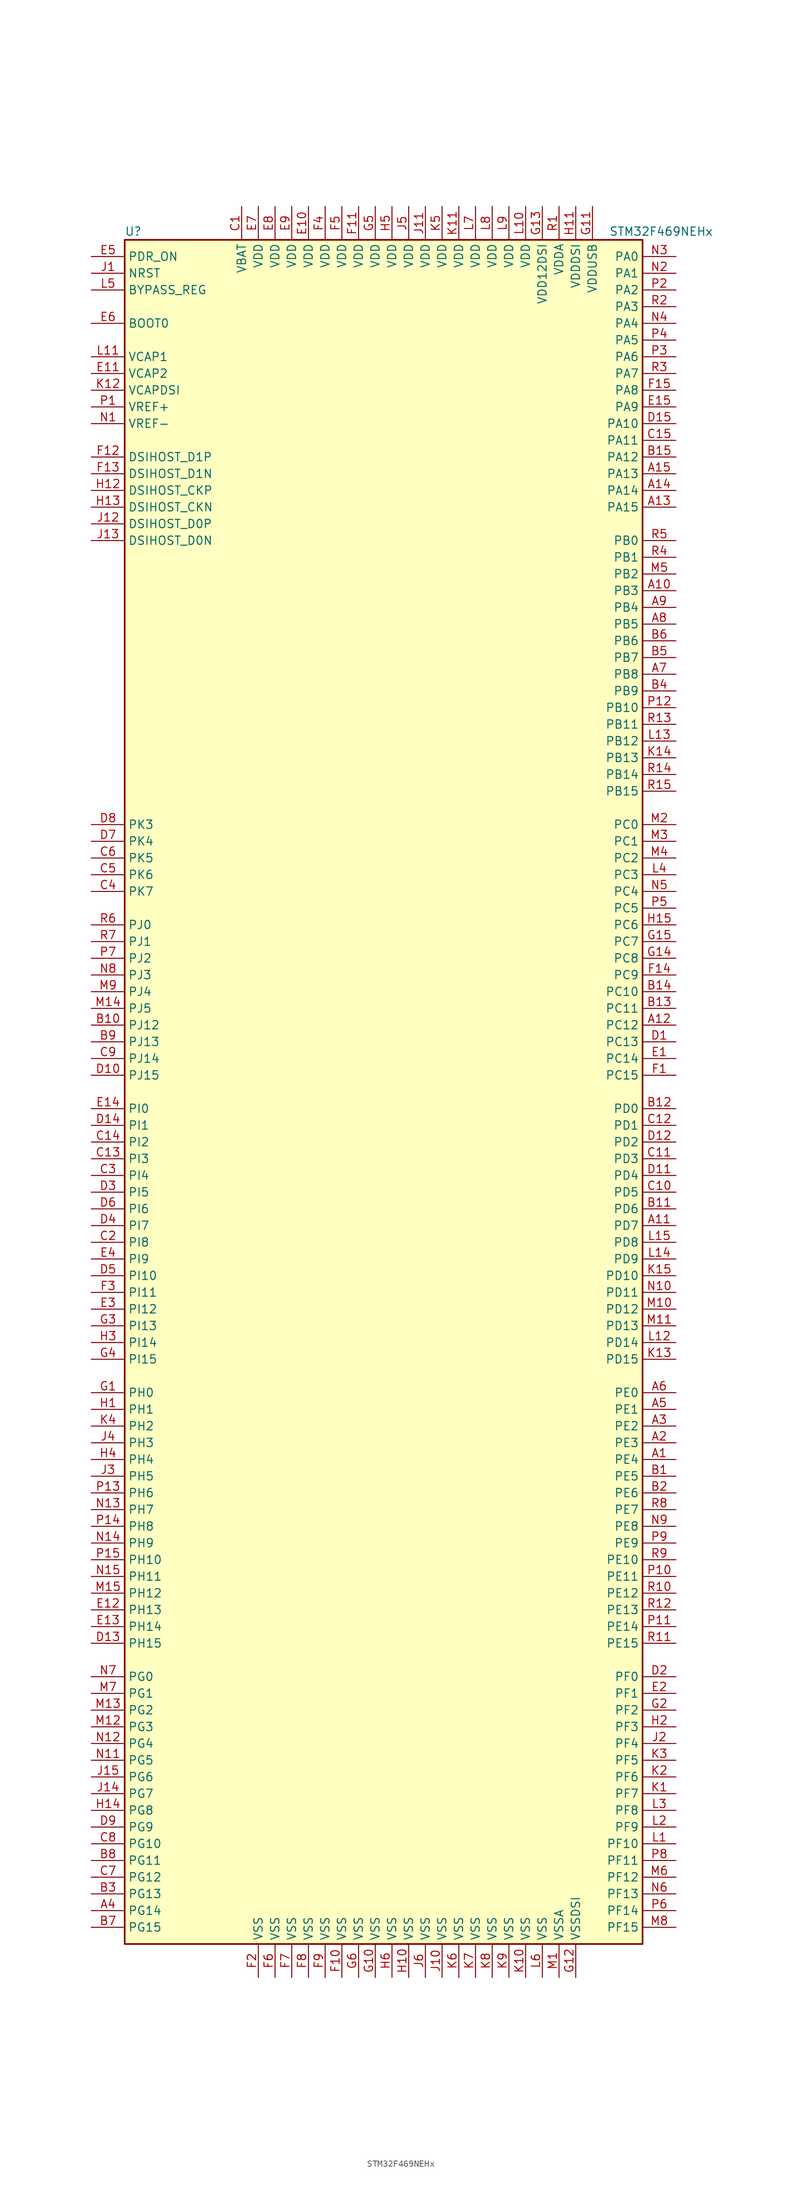
<source format=kicad_sym>
(kicad_symbol_lib
  (version 20220914)
  (generator kicad_symbol_editor)
  (symbol "STM32F469NEHx"
    (property "Reference" "U"
      (at -40.64 130.81 0)
      (effects (font (size 1.27 1.27)) (justify left)))
    (property "Value" "STM32F469NEHx"
      (at 33.02 130.81 0)
      (effects (font (size 1.27 1.27)) (justify left)))
    (symbol "STM32F469NEHx_0_1"
      (rectangle (start -40.64 -129.54) (end 38.1 129.54) (stroke (width 0.254) (type default)) (fill (type background))))
    (symbol "STM32F469NEHx_1_1"
      (pin bidirectional line (at 43.18 -55.88 180) (length 5.08) (name "PE4" (effects (font (size 1.27 1.27)))) (number "A1" (effects (font (size 1.27 1.27)))))
      (pin bidirectional line (at 43.18 76.2 180) (length 5.08) (name "PB3" (effects (font (size 1.27 1.27)))) (number "A10" (effects (font (size 1.27 1.27)))))
      (pin bidirectional line (at 43.18 -20.32 180) (length 5.08) (name "PD7" (effects (font (size 1.27 1.27)))) (number "A11" (effects (font (size 1.27 1.27)))))
      (pin bidirectional line (at 43.18 10.16 180) (length 5.08) (name "PC12" (effects (font (size 1.27 1.27)))) (number "A12" (effects (font (size 1.27 1.27)))))
      (pin bidirectional line (at 43.18 88.9 180) (length 5.08) (name "PA15" (effects (font (size 1.27 1.27)))) (number "A13" (effects (font (size 1.27 1.27)))))
      (pin bidirectional line (at 43.18 91.44 180) (length 5.08) (name "PA14" (effects (font (size 1.27 1.27)))) (number "A14" (effects (font (size 1.27 1.27)))))
      (pin bidirectional line (at 43.18 93.98 180) (length 5.08) (name "PA13" (effects (font (size 1.27 1.27)))) (number "A15" (effects (font (size 1.27 1.27)))))
      (pin bidirectional line (at 43.18 -53.34 180) (length 5.08) (name "PE3" (effects (font (size 1.27 1.27)))) (number "A2" (effects (font (size 1.27 1.27)))))
      (pin bidirectional line (at 43.18 -50.8 180) (length 5.08) (name "PE2" (effects (font (size 1.27 1.27)))) (number "A3" (effects (font (size 1.27 1.27)))))
      (pin bidirectional line (at -45.72 -124.46 0) (length 5.08) (name "PG14" (effects (font (size 1.27 1.27)))) (number "A4" (effects (font (size 1.27 1.27)))))
      (pin bidirectional line (at 43.18 -48.26 180) (length 5.08) (name "PE1" (effects (font (size 1.27 1.27)))) (number "A5" (effects (font (size 1.27 1.27)))))
      (pin bidirectional line (at 43.18 -45.72 180) (length 5.08) (name "PE0" (effects (font (size 1.27 1.27)))) (number "A6" (effects (font (size 1.27 1.27)))))
      (pin bidirectional line (at 43.18 63.5 180) (length 5.08) (name "PB8" (effects (font (size 1.27 1.27)))) (number "A7" (effects (font (size 1.27 1.27)))))
      (pin bidirectional line (at 43.18 71.12 180) (length 5.08) (name "PB5" (effects (font (size 1.27 1.27)))) (number "A8" (effects (font (size 1.27 1.27)))))
      (pin bidirectional line (at 43.18 73.66 180) (length 5.08) (name "PB4" (effects (font (size 1.27 1.27)))) (number "A9" (effects (font (size 1.27 1.27)))))
      (pin bidirectional line (at 43.18 -58.42 180) (length 5.08) (name "PE5" (effects (font (size 1.27 1.27)))) (number "B1" (effects (font (size 1.27 1.27)))))
      (pin bidirectional line (at -45.72 10.16 0) (length 5.08) (name "PJ12" (effects (font (size 1.27 1.27)))) (number "B10" (effects (font (size 1.27 1.27)))))
      (pin bidirectional line (at 43.18 -17.78 180) (length 5.08) (name "PD6" (effects (font (size 1.27 1.27)))) (number "B11" (effects (font (size 1.27 1.27)))))
      (pin bidirectional line (at 43.18 -2.54 180) (length 5.08) (name "PD0" (effects (font (size 1.27 1.27)))) (number "B12" (effects (font (size 1.27 1.27)))))
      (pin bidirectional line (at 43.18 12.7 180) (length 5.08) (name "PC11" (effects (font (size 1.27 1.27)))) (number "B13" (effects (font (size 1.27 1.27)))))
      (pin bidirectional line (at 43.18 15.24 180) (length 5.08) (name "PC10" (effects (font (size 1.27 1.27)))) (number "B14" (effects (font (size 1.27 1.27)))))
      (pin bidirectional line (at 43.18 96.52 180) (length 5.08) (name "PA12" (effects (font (size 1.27 1.27)))) (number "B15" (effects (font (size 1.27 1.27)))))
      (pin bidirectional line (at 43.18 -60.96 180) (length 5.08) (name "PE6" (effects (font (size 1.27 1.27)))) (number "B2" (effects (font (size 1.27 1.27)))))
      (pin bidirectional line (at -45.72 -121.92 0) (length 5.08) (name "PG13" (effects (font (size 1.27 1.27)))) (number "B3" (effects (font (size 1.27 1.27)))))
      (pin bidirectional line (at 43.18 60.96 180) (length 5.08) (name "PB9" (effects (font (size 1.27 1.27)))) (number "B4" (effects (font (size 1.27 1.27)))))
      (pin bidirectional line (at 43.18 66.04 180) (length 5.08) (name "PB7" (effects (font (size 1.27 1.27)))) (number "B5" (effects (font (size 1.27 1.27)))))
      (pin bidirectional line (at 43.18 68.58 180) (length 5.08) (name "PB6" (effects (font (size 1.27 1.27)))) (number "B6" (effects (font (size 1.27 1.27)))))
      (pin bidirectional line (at -45.72 -127 0) (length 5.08) (name "PG15" (effects (font (size 1.27 1.27)))) (number "B7" (effects (font (size 1.27 1.27)))))
      (pin bidirectional line (at -45.72 -116.84 0) (length 5.08) (name "PG11" (effects (font (size 1.27 1.27)))) (number "B8" (effects (font (size 1.27 1.27)))))
      (pin bidirectional line (at -45.72 7.62 0) (length 5.08) (name "PJ13" (effects (font (size 1.27 1.27)))) (number "B9" (effects (font (size 1.27 1.27)))))
      (pin power_in line (at -22.86 134.62 270) (length 5.08) (name "VBAT" (effects (font (size 1.27 1.27)))) (number "C1" (effects (font (size 1.27 1.27)))))
      (pin bidirectional line (at 43.18 -15.24 180) (length 5.08) (name "PD5" (effects (font (size 1.27 1.27)))) (number "C10" (effects (font (size 1.27 1.27)))))
      (pin bidirectional line (at 43.18 -10.16 180) (length 5.08) (name "PD3" (effects (font (size 1.27 1.27)))) (number "C11" (effects (font (size 1.27 1.27)))))
      (pin bidirectional line (at 43.18 -5.08 180) (length 5.08) (name "PD1" (effects (font (size 1.27 1.27)))) (number "C12" (effects (font (size 1.27 1.27)))))
      (pin bidirectional line (at -45.72 -10.16 0) (length 5.08) (name "PI3" (effects (font (size 1.27 1.27)))) (number "C13" (effects (font (size 1.27 1.27)))))
      (pin bidirectional line (at -45.72 -7.62 0) (length 5.08) (name "PI2" (effects (font (size 1.27 1.27)))) (number "C14" (effects (font (size 1.27 1.27)))))
      (pin bidirectional line (at 43.18 99.06 180) (length 5.08) (name "PA11" (effects (font (size 1.27 1.27)))) (number "C15" (effects (font (size 1.27 1.27)))))
      (pin bidirectional line (at -45.72 -22.86 0) (length 5.08) (name "PI8" (effects (font (size 1.27 1.27)))) (number "C2" (effects (font (size 1.27 1.27)))))
      (pin bidirectional line (at -45.72 -12.7 0) (length 5.08) (name "PI4" (effects (font (size 1.27 1.27)))) (number "C3" (effects (font (size 1.27 1.27)))))
      (pin bidirectional line (at -45.72 30.48 0) (length 5.08) (name "PK7" (effects (font (size 1.27 1.27)))) (number "C4" (effects (font (size 1.27 1.27)))))
      (pin bidirectional line (at -45.72 33.02 0) (length 5.08) (name "PK6" (effects (font (size 1.27 1.27)))) (number "C5" (effects (font (size 1.27 1.27)))))
      (pin bidirectional line (at -45.72 35.56 0) (length 5.08) (name "PK5" (effects (font (size 1.27 1.27)))) (number "C6" (effects (font (size 1.27 1.27)))))
      (pin bidirectional line (at -45.72 -119.38 0) (length 5.08) (name "PG12" (effects (font (size 1.27 1.27)))) (number "C7" (effects (font (size 1.27 1.27)))))
      (pin bidirectional line (at -45.72 -114.3 0) (length 5.08) (name "PG10" (effects (font (size 1.27 1.27)))) (number "C8" (effects (font (size 1.27 1.27)))))
      (pin bidirectional line (at -45.72 5.08 0) (length 5.08) (name "PJ14" (effects (font (size 1.27 1.27)))) (number "C9" (effects (font (size 1.27 1.27)))))
      (pin bidirectional line (at 43.18 7.62 180) (length 5.08) (name "PC13" (effects (font (size 1.27 1.27)))) (number "D1" (effects (font (size 1.27 1.27)))))
      (pin bidirectional line (at -45.72 2.54 0) (length 5.08) (name "PJ15" (effects (font (size 1.27 1.27)))) (number "D10" (effects (font (size 1.27 1.27)))))
      (pin bidirectional line (at 43.18 -12.7 180) (length 5.08) (name "PD4" (effects (font (size 1.27 1.27)))) (number "D11" (effects (font (size 1.27 1.27)))))
      (pin bidirectional line (at 43.18 -7.62 180) (length 5.08) (name "PD2" (effects (font (size 1.27 1.27)))) (number "D12" (effects (font (size 1.27 1.27)))))
      (pin bidirectional line (at -45.72 -83.82 0) (length 5.08) (name "PH15" (effects (font (size 1.27 1.27)))) (number "D13" (effects (font (size 1.27 1.27)))))
      (pin bidirectional line (at -45.72 -5.08 0) (length 5.08) (name "PI1" (effects (font (size 1.27 1.27)))) (number "D14" (effects (font (size 1.27 1.27)))))
      (pin bidirectional line (at 43.18 101.6 180) (length 5.08) (name "PA10" (effects (font (size 1.27 1.27)))) (number "D15" (effects (font (size 1.27 1.27)))))
      (pin bidirectional line (at 43.18 -88.9 180) (length 5.08) (name "PF0" (effects (font (size 1.27 1.27)))) (number "D2" (effects (font (size 1.27 1.27)))))
      (pin bidirectional line (at -45.72 -15.24 0) (length 5.08) (name "PI5" (effects (font (size 1.27 1.27)))) (number "D3" (effects (font (size 1.27 1.27)))))
      (pin bidirectional line (at -45.72 -20.32 0) (length 5.08) (name "PI7" (effects (font (size 1.27 1.27)))) (number "D4" (effects (font (size 1.27 1.27)))))
      (pin bidirectional line (at -45.72 -27.94 0) (length 5.08) (name "PI10" (effects (font (size 1.27 1.27)))) (number "D5" (effects (font (size 1.27 1.27)))))
      (pin bidirectional line (at -45.72 -17.78 0) (length 5.08) (name "PI6" (effects (font (size 1.27 1.27)))) (number "D6" (effects (font (size 1.27 1.27)))))
      (pin bidirectional line (at -45.72 38.1 0) (length 5.08) (name "PK4" (effects (font (size 1.27 1.27)))) (number "D7" (effects (font (size 1.27 1.27)))))
      (pin bidirectional line (at -45.72 40.64 0) (length 5.08) (name "PK3" (effects (font (size 1.27 1.27)))) (number "D8" (effects (font (size 1.27 1.27)))))
      (pin bidirectional line (at -45.72 -111.76 0) (length 5.08) (name "PG9" (effects (font (size 1.27 1.27)))) (number "D9" (effects (font (size 1.27 1.27)))))
      (pin bidirectional line (at 43.18 5.08 180) (length 5.08) (name "PC14" (effects (font (size 1.27 1.27)))) (number "E1" (effects (font (size 1.27 1.27)))))
      (pin power_in line (at -12.7 134.62 270) (length 5.08) (name "VDD" (effects (font (size 1.27 1.27)))) (number "E10" (effects (font (size 1.27 1.27)))))
      (pin power_in line (at -45.72 109.22 0) (length 5.08) (name "VCAP2" (effects (font (size 1.27 1.27)))) (number "E11" (effects (font (size 1.27 1.27)))))
      (pin bidirectional line (at -45.72 -78.74 0) (length 5.08) (name "PH13" (effects (font (size 1.27 1.27)))) (number "E12" (effects (font (size 1.27 1.27)))))
      (pin bidirectional line (at -45.72 -81.28 0) (length 5.08) (name "PH14" (effects (font (size 1.27 1.27)))) (number "E13" (effects (font (size 1.27 1.27)))))
      (pin bidirectional line (at -45.72 -2.54 0) (length 5.08) (name "PI0" (effects (font (size 1.27 1.27)))) (number "E14" (effects (font (size 1.27 1.27)))))
      (pin bidirectional line (at 43.18 104.14 180) (length 5.08) (name "PA9" (effects (font (size 1.27 1.27)))) (number "E15" (effects (font (size 1.27 1.27)))))
      (pin bidirectional line (at 43.18 -91.44 180) (length 5.08) (name "PF1" (effects (font (size 1.27 1.27)))) (number "E2" (effects (font (size 1.27 1.27)))))
      (pin bidirectional line (at -45.72 -33.02 0) (length 5.08) (name "PI12" (effects (font (size 1.27 1.27)))) (number "E3" (effects (font (size 1.27 1.27)))))
      (pin bidirectional line (at -45.72 -25.4 0) (length 5.08) (name "PI9" (effects (font (size 1.27 1.27)))) (number "E4" (effects (font (size 1.27 1.27)))))
      (pin input line (at -45.72 127 0) (length 5.08) (name "PDR_ON" (effects (font (size 1.27 1.27)))) (number "E5" (effects (font (size 1.27 1.27)))))
      (pin input line (at -45.72 116.84 0) (length 5.08) (name "BOOT0" (effects (font (size 1.27 1.27)))) (number "E6" (effects (font (size 1.27 1.27)))))
      (pin power_in line (at -20.32 134.62 270) (length 5.08) (name "VDD" (effects (font (size 1.27 1.27)))) (number "E7" (effects (font (size 1.27 1.27)))))
      (pin power_in line (at -17.78 134.62 270) (length 5.08) (name "VDD" (effects (font (size 1.27 1.27)))) (number "E8" (effects (font (size 1.27 1.27)))))
      (pin power_in line (at -15.24 134.62 270) (length 5.08) (name "VDD" (effects (font (size 1.27 1.27)))) (number "E9" (effects (font (size 1.27 1.27)))))
      (pin bidirectional line (at 43.18 2.54 180) (length 5.08) (name "PC15" (effects (font (size 1.27 1.27)))) (number "F1" (effects (font (size 1.27 1.27)))))
      (pin power_in line (at -7.62 -134.62 90) (length 5.08) (name "VSS" (effects (font (size 1.27 1.27)))) (number "F10" (effects (font (size 1.27 1.27)))))
      (pin power_in line (at -5.08 134.62 270) (length 5.08) (name "VDD" (effects (font (size 1.27 1.27)))) (number "F11" (effects (font (size 1.27 1.27)))))
      (pin bidirectional line (at -45.72 96.52 0) (length 5.08) (name "DSIHOST_D1P" (effects (font (size 1.27 1.27)))) (number "F12" (effects (font (size 1.27 1.27)))))
      (pin bidirectional line (at -45.72 93.98 0) (length 5.08) (name "DSIHOST_D1N" (effects (font (size 1.27 1.27)))) (number "F13" (effects (font (size 1.27 1.27)))))
      (pin bidirectional line (at 43.18 17.78 180) (length 5.08) (name "PC9" (effects (font (size 1.27 1.27)))) (number "F14" (effects (font (size 1.27 1.27)))))
      (pin bidirectional line (at 43.18 106.68 180) (length 5.08) (name "PA8" (effects (font (size 1.27 1.27)))) (number "F15" (effects (font (size 1.27 1.27)))))
      (pin power_in line (at -20.32 -134.62 90) (length 5.08) (name "VSS" (effects (font (size 1.27 1.27)))) (number "F2" (effects (font (size 1.27 1.27)))))
      (pin bidirectional line (at -45.72 -30.48 0) (length 5.08) (name "PI11" (effects (font (size 1.27 1.27)))) (number "F3" (effects (font (size 1.27 1.27)))))
      (pin power_in line (at -10.16 134.62 270) (length 5.08) (name "VDD" (effects (font (size 1.27 1.27)))) (number "F4" (effects (font (size 1.27 1.27)))))
      (pin power_in line (at -7.62 134.62 270) (length 5.08) (name "VDD" (effects (font (size 1.27 1.27)))) (number "F5" (effects (font (size 1.27 1.27)))))
      (pin power_in line (at -17.78 -134.62 90) (length 5.08) (name "VSS" (effects (font (size 1.27 1.27)))) (number "F6" (effects (font (size 1.27 1.27)))))
      (pin power_in line (at -15.24 -134.62 90) (length 5.08) (name "VSS" (effects (font (size 1.27 1.27)))) (number "F7" (effects (font (size 1.27 1.27)))))
      (pin power_in line (at -12.7 -134.62 90) (length 5.08) (name "VSS" (effects (font (size 1.27 1.27)))) (number "F8" (effects (font (size 1.27 1.27)))))
      (pin power_in line (at -10.16 -134.62 90) (length 5.08) (name "VSS" (effects (font (size 1.27 1.27)))) (number "F9" (effects (font (size 1.27 1.27)))))
      (pin input line (at -45.72 -45.72 0) (length 5.08) (name "PH0" (effects (font (size 1.27 1.27)))) (number "G1" (effects (font (size 1.27 1.27)))))
      (pin power_in line (at -2.54 -134.62 90) (length 5.08) (name "VSS" (effects (font (size 1.27 1.27)))) (number "G10" (effects (font (size 1.27 1.27)))))
      (pin power_in line (at 30.48 134.62 270) (length 5.08) (name "VDDUSB" (effects (font (size 1.27 1.27)))) (number "G11" (effects (font (size 1.27 1.27)))))
      (pin power_in line (at 27.94 -134.62 90) (length 5.08) (name "VSSDSI" (effects (font (size 1.27 1.27)))) (number "G12" (effects (font (size 1.27 1.27)))))
      (pin power_in line (at 22.86 134.62 270) (length 5.08) (name "VDD12DSI" (effects (font (size 1.27 1.27)))) (number "G13" (effects (font (size 1.27 1.27)))))
      (pin bidirectional line (at 43.18 20.32 180) (length 5.08) (name "PC8" (effects (font (size 1.27 1.27)))) (number "G14" (effects (font (size 1.27 1.27)))))
      (pin bidirectional line (at 43.18 22.86 180) (length 5.08) (name "PC7" (effects (font (size 1.27 1.27)))) (number "G15" (effects (font (size 1.27 1.27)))))
      (pin bidirectional line (at 43.18 -93.98 180) (length 5.08) (name "PF2" (effects (font (size 1.27 1.27)))) (number "G2" (effects (font (size 1.27 1.27)))))
      (pin bidirectional line (at -45.72 -35.56 0) (length 5.08) (name "PI13" (effects (font (size 1.27 1.27)))) (number "G3" (effects (font (size 1.27 1.27)))))
      (pin bidirectional line (at -45.72 -40.64 0) (length 5.08) (name "PI15" (effects (font (size 1.27 1.27)))) (number "G4" (effects (font (size 1.27 1.27)))))
      (pin power_in line (at -2.54 134.62 270) (length 5.08) (name "VDD" (effects (font (size 1.27 1.27)))) (number "G5" (effects (font (size 1.27 1.27)))))
      (pin power_in line (at -5.08 -134.62 90) (length 5.08) (name "VSS" (effects (font (size 1.27 1.27)))) (number "G6" (effects (font (size 1.27 1.27)))))
      (pin input line (at -45.72 -48.26 0) (length 5.08) (name "PH1" (effects (font (size 1.27 1.27)))) (number "H1" (effects (font (size 1.27 1.27)))))
      (pin power_in line (at 2.54 -134.62 90) (length 5.08) (name "VSS" (effects (font (size 1.27 1.27)))) (number "H10" (effects (font (size 1.27 1.27)))))
      (pin power_in line (at 27.94 134.62 270) (length 5.08) (name "VDDDSI" (effects (font (size 1.27 1.27)))) (number "H11" (effects (font (size 1.27 1.27)))))
      (pin bidirectional line (at -45.72 91.44 0) (length 5.08) (name "DSIHOST_CKP" (effects (font (size 1.27 1.27)))) (number "H12" (effects (font (size 1.27 1.27)))))
      (pin bidirectional line (at -45.72 88.9 0) (length 5.08) (name "DSIHOST_CKN" (effects (font (size 1.27 1.27)))) (number "H13" (effects (font (size 1.27 1.27)))))
      (pin bidirectional line (at -45.72 -109.22 0) (length 5.08) (name "PG8" (effects (font (size 1.27 1.27)))) (number "H14" (effects (font (size 1.27 1.27)))))
      (pin bidirectional line (at 43.18 25.4 180) (length 5.08) (name "PC6" (effects (font (size 1.27 1.27)))) (number "H15" (effects (font (size 1.27 1.27)))))
      (pin bidirectional line (at 43.18 -96.52 180) (length 5.08) (name "PF3" (effects (font (size 1.27 1.27)))) (number "H2" (effects (font (size 1.27 1.27)))))
      (pin bidirectional line (at -45.72 -38.1 0) (length 5.08) (name "PI14" (effects (font (size 1.27 1.27)))) (number "H3" (effects (font (size 1.27 1.27)))))
      (pin bidirectional line (at -45.72 -55.88 0) (length 5.08) (name "PH4" (effects (font (size 1.27 1.27)))) (number "H4" (effects (font (size 1.27 1.27)))))
      (pin power_in line (at 0 134.62 270) (length 5.08) (name "VDD" (effects (font (size 1.27 1.27)))) (number "H5" (effects (font (size 1.27 1.27)))))
      (pin power_in line (at 0 -134.62 90) (length 5.08) (name "VSS" (effects (font (size 1.27 1.27)))) (number "H6" (effects (font (size 1.27 1.27)))))
      (pin input line (at -45.72 124.46 0) (length 5.08) (name "NRST" (effects (font (size 1.27 1.27)))) (number "J1" (effects (font (size 1.27 1.27)))))
      (pin power_in line (at 7.62 -134.62 90) (length 5.08) (name "VSS" (effects (font (size 1.27 1.27)))) (number "J10" (effects (font (size 1.27 1.27)))))
      (pin power_in line (at 5.08 134.62 270) (length 5.08) (name "VDD" (effects (font (size 1.27 1.27)))) (number "J11" (effects (font (size 1.27 1.27)))))
      (pin bidirectional line (at -45.72 86.36 0) (length 5.08) (name "DSIHOST_D0P" (effects (font (size 1.27 1.27)))) (number "J12" (effects (font (size 1.27 1.27)))))
      (pin bidirectional line (at -45.72 83.82 0) (length 5.08) (name "DSIHOST_D0N" (effects (font (size 1.27 1.27)))) (number "J13" (effects (font (size 1.27 1.27)))))
      (pin bidirectional line (at -45.72 -106.68 0) (length 5.08) (name "PG7" (effects (font (size 1.27 1.27)))) (number "J14" (effects (font (size 1.27 1.27)))))
      (pin bidirectional line (at -45.72 -104.14 0) (length 5.08) (name "PG6" (effects (font (size 1.27 1.27)))) (number "J15" (effects (font (size 1.27 1.27)))))
      (pin bidirectional line (at 43.18 -99.06 180) (length 5.08) (name "PF4" (effects (font (size 1.27 1.27)))) (number "J2" (effects (font (size 1.27 1.27)))))
      (pin bidirectional line (at -45.72 -58.42 0) (length 5.08) (name "PH5" (effects (font (size 1.27 1.27)))) (number "J3" (effects (font (size 1.27 1.27)))))
      (pin bidirectional line (at -45.72 -53.34 0) (length 5.08) (name "PH3" (effects (font (size 1.27 1.27)))) (number "J4" (effects (font (size 1.27 1.27)))))
      (pin power_in line (at 2.54 134.62 270) (length 5.08) (name "VDD" (effects (font (size 1.27 1.27)))) (number "J5" (effects (font (size 1.27 1.27)))))
      (pin power_in line (at 5.08 -134.62 90) (length 5.08) (name "VSS" (effects (font (size 1.27 1.27)))) (number "J6" (effects (font (size 1.27 1.27)))))
      (pin bidirectional line (at 43.18 -106.68 180) (length 5.08) (name "PF7" (effects (font (size 1.27 1.27)))) (number "K1" (effects (font (size 1.27 1.27)))))
      (pin power_in line (at 20.32 -134.62 90) (length 5.08) (name "VSS" (effects (font (size 1.27 1.27)))) (number "K10" (effects (font (size 1.27 1.27)))))
      (pin power_in line (at 10.16 134.62 270) (length 5.08) (name "VDD" (effects (font (size 1.27 1.27)))) (number "K11" (effects (font (size 1.27 1.27)))))
      (pin power_in line (at -45.72 106.68 0) (length 5.08) (name "VCAPDSI" (effects (font (size 1.27 1.27)))) (number "K12" (effects (font (size 1.27 1.27)))))
      (pin bidirectional line (at 43.18 -40.64 180) (length 5.08) (name "PD15" (effects (font (size 1.27 1.27)))) (number "K13" (effects (font (size 1.27 1.27)))))
      (pin bidirectional line (at 43.18 50.8 180) (length 5.08) (name "PB13" (effects (font (size 1.27 1.27)))) (number "K14" (effects (font (size 1.27 1.27)))))
      (pin bidirectional line (at 43.18 -27.94 180) (length 5.08) (name "PD10" (effects (font (size 1.27 1.27)))) (number "K15" (effects (font (size 1.27 1.27)))))
      (pin bidirectional line (at 43.18 -104.14 180) (length 5.08) (name "PF6" (effects (font (size 1.27 1.27)))) (number "K2" (effects (font (size 1.27 1.27)))))
      (pin bidirectional line (at 43.18 -101.6 180) (length 5.08) (name "PF5" (effects (font (size 1.27 1.27)))) (number "K3" (effects (font (size 1.27 1.27)))))
      (pin bidirectional line (at -45.72 -50.8 0) (length 5.08) (name "PH2" (effects (font (size 1.27 1.27)))) (number "K4" (effects (font (size 1.27 1.27)))))
      (pin power_in line (at 7.62 134.62 270) (length 5.08) (name "VDD" (effects (font (size 1.27 1.27)))) (number "K5" (effects (font (size 1.27 1.27)))))
      (pin power_in line (at 10.16 -134.62 90) (length 5.08) (name "VSS" (effects (font (size 1.27 1.27)))) (number "K6" (effects (font (size 1.27 1.27)))))
      (pin power_in line (at 12.7 -134.62 90) (length 5.08) (name "VSS" (effects (font (size 1.27 1.27)))) (number "K7" (effects (font (size 1.27 1.27)))))
      (pin power_in line (at 15.24 -134.62 90) (length 5.08) (name "VSS" (effects (font (size 1.27 1.27)))) (number "K8" (effects (font (size 1.27 1.27)))))
      (pin power_in line (at 17.78 -134.62 90) (length 5.08) (name "VSS" (effects (font (size 1.27 1.27)))) (number "K9" (effects (font (size 1.27 1.27)))))
      (pin bidirectional line (at 43.18 -114.3 180) (length 5.08) (name "PF10" (effects (font (size 1.27 1.27)))) (number "L1" (effects (font (size 1.27 1.27)))))
      (pin power_in line (at 20.32 134.62 270) (length 5.08) (name "VDD" (effects (font (size 1.27 1.27)))) (number "L10" (effects (font (size 1.27 1.27)))))
      (pin power_in line (at -45.72 111.76 0) (length 5.08) (name "VCAP1" (effects (font (size 1.27 1.27)))) (number "L11" (effects (font (size 1.27 1.27)))))
      (pin bidirectional line (at 43.18 -38.1 180) (length 5.08) (name "PD14" (effects (font (size 1.27 1.27)))) (number "L12" (effects (font (size 1.27 1.27)))))
      (pin bidirectional line (at 43.18 53.34 180) (length 5.08) (name "PB12" (effects (font (size 1.27 1.27)))) (number "L13" (effects (font (size 1.27 1.27)))))
      (pin bidirectional line (at 43.18 -25.4 180) (length 5.08) (name "PD9" (effects (font (size 1.27 1.27)))) (number "L14" (effects (font (size 1.27 1.27)))))
      (pin bidirectional line (at 43.18 -22.86 180) (length 5.08) (name "PD8" (effects (font (size 1.27 1.27)))) (number "L15" (effects (font (size 1.27 1.27)))))
      (pin bidirectional line (at 43.18 -111.76 180) (length 5.08) (name "PF9" (effects (font (size 1.27 1.27)))) (number "L2" (effects (font (size 1.27 1.27)))))
      (pin bidirectional line (at 43.18 -109.22 180) (length 5.08) (name "PF8" (effects (font (size 1.27 1.27)))) (number "L3" (effects (font (size 1.27 1.27)))))
      (pin bidirectional line (at 43.18 33.02 180) (length 5.08) (name "PC3" (effects (font (size 1.27 1.27)))) (number "L4" (effects (font (size 1.27 1.27)))))
      (pin input line (at -45.72 121.92 0) (length 5.08) (name "BYPASS_REG" (effects (font (size 1.27 1.27)))) (number "L5" (effects (font (size 1.27 1.27)))))
      (pin power_in line (at 22.86 -134.62 90) (length 5.08) (name "VSS" (effects (font (size 1.27 1.27)))) (number "L6" (effects (font (size 1.27 1.27)))))
      (pin power_in line (at 12.7 134.62 270) (length 5.08) (name "VDD" (effects (font (size 1.27 1.27)))) (number "L7" (effects (font (size 1.27 1.27)))))
      (pin power_in line (at 15.24 134.62 270) (length 5.08) (name "VDD" (effects (font (size 1.27 1.27)))) (number "L8" (effects (font (size 1.27 1.27)))))
      (pin power_in line (at 17.78 134.62 270) (length 5.08) (name "VDD" (effects (font (size 1.27 1.27)))) (number "L9" (effects (font (size 1.27 1.27)))))
      (pin power_in line (at 25.4 -134.62 90) (length 5.08) (name "VSSA" (effects (font (size 1.27 1.27)))) (number "M1" (effects (font (size 1.27 1.27)))))
      (pin bidirectional line (at 43.18 -33.02 180) (length 5.08) (name "PD12" (effects (font (size 1.27 1.27)))) (number "M10" (effects (font (size 1.27 1.27)))))
      (pin bidirectional line (at 43.18 -35.56 180) (length 5.08) (name "PD13" (effects (font (size 1.27 1.27)))) (number "M11" (effects (font (size 1.27 1.27)))))
      (pin bidirectional line (at -45.72 -96.52 0) (length 5.08) (name "PG3" (effects (font (size 1.27 1.27)))) (number "M12" (effects (font (size 1.27 1.27)))))
      (pin bidirectional line (at -45.72 -93.98 0) (length 5.08) (name "PG2" (effects (font (size 1.27 1.27)))) (number "M13" (effects (font (size 1.27 1.27)))))
      (pin bidirectional line (at -45.72 12.7 0) (length 5.08) (name "PJ5" (effects (font (size 1.27 1.27)))) (number "M14" (effects (font (size 1.27 1.27)))))
      (pin bidirectional line (at -45.72 -76.2 0) (length 5.08) (name "PH12" (effects (font (size 1.27 1.27)))) (number "M15" (effects (font (size 1.27 1.27)))))
      (pin bidirectional line (at 43.18 40.64 180) (length 5.08) (name "PC0" (effects (font (size 1.27 1.27)))) (number "M2" (effects (font (size 1.27 1.27)))))
      (pin bidirectional line (at 43.18 38.1 180) (length 5.08) (name "PC1" (effects (font (size 1.27 1.27)))) (number "M3" (effects (font (size 1.27 1.27)))))
      (pin bidirectional line (at 43.18 35.56 180) (length 5.08) (name "PC2" (effects (font (size 1.27 1.27)))) (number "M4" (effects (font (size 1.27 1.27)))))
      (pin bidirectional line (at 43.18 78.74 180) (length 5.08) (name "PB2" (effects (font (size 1.27 1.27)))) (number "M5" (effects (font (size 1.27 1.27)))))
      (pin bidirectional line (at 43.18 -119.38 180) (length 5.08) (name "PF12" (effects (font (size 1.27 1.27)))) (number "M6" (effects (font (size 1.27 1.27)))))
      (pin bidirectional line (at -45.72 -91.44 0) (length 5.08) (name "PG1" (effects (font (size 1.27 1.27)))) (number "M7" (effects (font (size 1.27 1.27)))))
      (pin bidirectional line (at 43.18 -127 180) (length 5.08) (name "PF15" (effects (font (size 1.27 1.27)))) (number "M8" (effects (font (size 1.27 1.27)))))
      (pin bidirectional line (at -45.72 15.24 0) (length 5.08) (name "PJ4" (effects (font (size 1.27 1.27)))) (number "M9" (effects (font (size 1.27 1.27)))))
      (pin power_in line (at -45.72 101.6 0) (length 5.08) (name "VREF-" (effects (font (size 1.27 1.27)))) (number "N1" (effects (font (size 1.27 1.27)))))
      (pin bidirectional line (at 43.18 -30.48 180) (length 5.08) (name "PD11" (effects (font (size 1.27 1.27)))) (number "N10" (effects (font (size 1.27 1.27)))))
      (pin bidirectional line (at -45.72 -101.6 0) (length 5.08) (name "PG5" (effects (font (size 1.27 1.27)))) (number "N11" (effects (font (size 1.27 1.27)))))
      (pin bidirectional line (at -45.72 -99.06 0) (length 5.08) (name "PG4" (effects (font (size 1.27 1.27)))) (number "N12" (effects (font (size 1.27 1.27)))))
      (pin bidirectional line (at -45.72 -63.5 0) (length 5.08) (name "PH7" (effects (font (size 1.27 1.27)))) (number "N13" (effects (font (size 1.27 1.27)))))
      (pin bidirectional line (at -45.72 -68.58 0) (length 5.08) (name "PH9" (effects (font (size 1.27 1.27)))) (number "N14" (effects (font (size 1.27 1.27)))))
      (pin bidirectional line (at -45.72 -73.66 0) (length 5.08) (name "PH11" (effects (font (size 1.27 1.27)))) (number "N15" (effects (font (size 1.27 1.27)))))
      (pin bidirectional line (at 43.18 124.46 180) (length 5.08) (name "PA1" (effects (font (size 1.27 1.27)))) (number "N2" (effects (font (size 1.27 1.27)))))
      (pin bidirectional line (at 43.18 127 180) (length 5.08) (name "PA0" (effects (font (size 1.27 1.27)))) (number "N3" (effects (font (size 1.27 1.27)))))
      (pin bidirectional line (at 43.18 116.84 180) (length 5.08) (name "PA4" (effects (font (size 1.27 1.27)))) (number "N4" (effects (font (size 1.27 1.27)))))
      (pin bidirectional line (at 43.18 30.48 180) (length 5.08) (name "PC4" (effects (font (size 1.27 1.27)))) (number "N5" (effects (font (size 1.27 1.27)))))
      (pin bidirectional line (at 43.18 -121.92 180) (length 5.08) (name "PF13" (effects (font (size 1.27 1.27)))) (number "N6" (effects (font (size 1.27 1.27)))))
      (pin bidirectional line (at -45.72 -88.9 0) (length 5.08) (name "PG0" (effects (font (size 1.27 1.27)))) (number "N7" (effects (font (size 1.27 1.27)))))
      (pin bidirectional line (at -45.72 17.78 0) (length 5.08) (name "PJ3" (effects (font (size 1.27 1.27)))) (number "N8" (effects (font (size 1.27 1.27)))))
      (pin bidirectional line (at 43.18 -66.04 180) (length 5.08) (name "PE8" (effects (font (size 1.27 1.27)))) (number "N9" (effects (font (size 1.27 1.27)))))
      (pin power_in line (at -45.72 104.14 0) (length 5.08) (name "VREF+" (effects (font (size 1.27 1.27)))) (number "P1" (effects (font (size 1.27 1.27)))))
      (pin bidirectional line (at 43.18 -73.66 180) (length 5.08) (name "PE11" (effects (font (size 1.27 1.27)))) (number "P10" (effects (font (size 1.27 1.27)))))
      (pin bidirectional line (at 43.18 -81.28 180) (length 5.08) (name "PE14" (effects (font (size 1.27 1.27)))) (number "P11" (effects (font (size 1.27 1.27)))))
      (pin bidirectional line (at 43.18 58.42 180) (length 5.08) (name "PB10" (effects (font (size 1.27 1.27)))) (number "P12" (effects (font (size 1.27 1.27)))))
      (pin bidirectional line (at -45.72 -60.96 0) (length 5.08) (name "PH6" (effects (font (size 1.27 1.27)))) (number "P13" (effects (font (size 1.27 1.27)))))
      (pin bidirectional line (at -45.72 -66.04 0) (length 5.08) (name "PH8" (effects (font (size 1.27 1.27)))) (number "P14" (effects (font (size 1.27 1.27)))))
      (pin bidirectional line (at -45.72 -71.12 0) (length 5.08) (name "PH10" (effects (font (size 1.27 1.27)))) (number "P15" (effects (font (size 1.27 1.27)))))
      (pin bidirectional line (at 43.18 121.92 180) (length 5.08) (name "PA2" (effects (font (size 1.27 1.27)))) (number "P2" (effects (font (size 1.27 1.27)))))
      (pin bidirectional line (at 43.18 111.76 180) (length 5.08) (name "PA6" (effects (font (size 1.27 1.27)))) (number "P3" (effects (font (size 1.27 1.27)))))
      (pin bidirectional line (at 43.18 114.3 180) (length 5.08) (name "PA5" (effects (font (size 1.27 1.27)))) (number "P4" (effects (font (size 1.27 1.27)))))
      (pin bidirectional line (at 43.18 27.94 180) (length 5.08) (name "PC5" (effects (font (size 1.27 1.27)))) (number "P5" (effects (font (size 1.27 1.27)))))
      (pin bidirectional line (at 43.18 -124.46 180) (length 5.08) (name "PF14" (effects (font (size 1.27 1.27)))) (number "P6" (effects (font (size 1.27 1.27)))))
      (pin bidirectional line (at -45.72 20.32 0) (length 5.08) (name "PJ2" (effects (font (size 1.27 1.27)))) (number "P7" (effects (font (size 1.27 1.27)))))
      (pin bidirectional line (at 43.18 -116.84 180) (length 5.08) (name "PF11" (effects (font (size 1.27 1.27)))) (number "P8" (effects (font (size 1.27 1.27)))))
      (pin bidirectional line (at 43.18 -68.58 180) (length 5.08) (name "PE9" (effects (font (size 1.27 1.27)))) (number "P9" (effects (font (size 1.27 1.27)))))
      (pin power_in line (at 25.4 134.62 270) (length 5.08) (name "VDDA" (effects (font (size 1.27 1.27)))) (number "R1" (effects (font (size 1.27 1.27)))))
      (pin bidirectional line (at 43.18 -76.2 180) (length 5.08) (name "PE12" (effects (font (size 1.27 1.27)))) (number "R10" (effects (font (size 1.27 1.27)))))
      (pin bidirectional line (at 43.18 -83.82 180) (length 5.08) (name "PE15" (effects (font (size 1.27 1.27)))) (number "R11" (effects (font (size 1.27 1.27)))))
      (pin bidirectional line (at 43.18 -78.74 180) (length 5.08) (name "PE13" (effects (font (size 1.27 1.27)))) (number "R12" (effects (font (size 1.27 1.27)))))
      (pin bidirectional line (at 43.18 55.88 180) (length 5.08) (name "PB11" (effects (font (size 1.27 1.27)))) (number "R13" (effects (font (size 1.27 1.27)))))
      (pin bidirectional line (at 43.18 48.26 180) (length 5.08) (name "PB14" (effects (font (size 1.27 1.27)))) (number "R14" (effects (font (size 1.27 1.27)))))
      (pin bidirectional line (at 43.18 45.72 180) (length 5.08) (name "PB15" (effects (font (size 1.27 1.27)))) (number "R15" (effects (font (size 1.27 1.27)))))
      (pin bidirectional line (at 43.18 119.38 180) (length 5.08) (name "PA3" (effects (font (size 1.27 1.27)))) (number "R2" (effects (font (size 1.27 1.27)))))
      (pin bidirectional line (at 43.18 109.22 180) (length 5.08) (name "PA7" (effects (font (size 1.27 1.27)))) (number "R3" (effects (font (size 1.27 1.27)))))
      (pin bidirectional line (at 43.18 81.28 180) (length 5.08) (name "PB1" (effects (font (size 1.27 1.27)))) (number "R4" (effects (font (size 1.27 1.27)))))
      (pin bidirectional line (at 43.18 83.82 180) (length 5.08) (name "PB0" (effects (font (size 1.27 1.27)))) (number "R5" (effects (font (size 1.27 1.27)))))
      (pin bidirectional line (at -45.72 25.4 0) (length 5.08) (name "PJ0" (effects (font (size 1.27 1.27)))) (number "R6" (effects (font (size 1.27 1.27)))))
      (pin bidirectional line (at -45.72 22.86 0) (length 5.08) (name "PJ1" (effects (font (size 1.27 1.27)))) (number "R7" (effects (font (size 1.27 1.27)))))
      (pin bidirectional line (at 43.18 -63.5 180) (length 5.08) (name "PE7" (effects (font (size 1.27 1.27)))) (number "R8" (effects (font (size 1.27 1.27)))))
      (pin bidirectional line (at 43.18 -71.12 180) (length 5.08) (name "PE10" (effects (font (size 1.27 1.27)))) (number "R9" (effects (font (size 1.27 1.27))))))))
</source>
